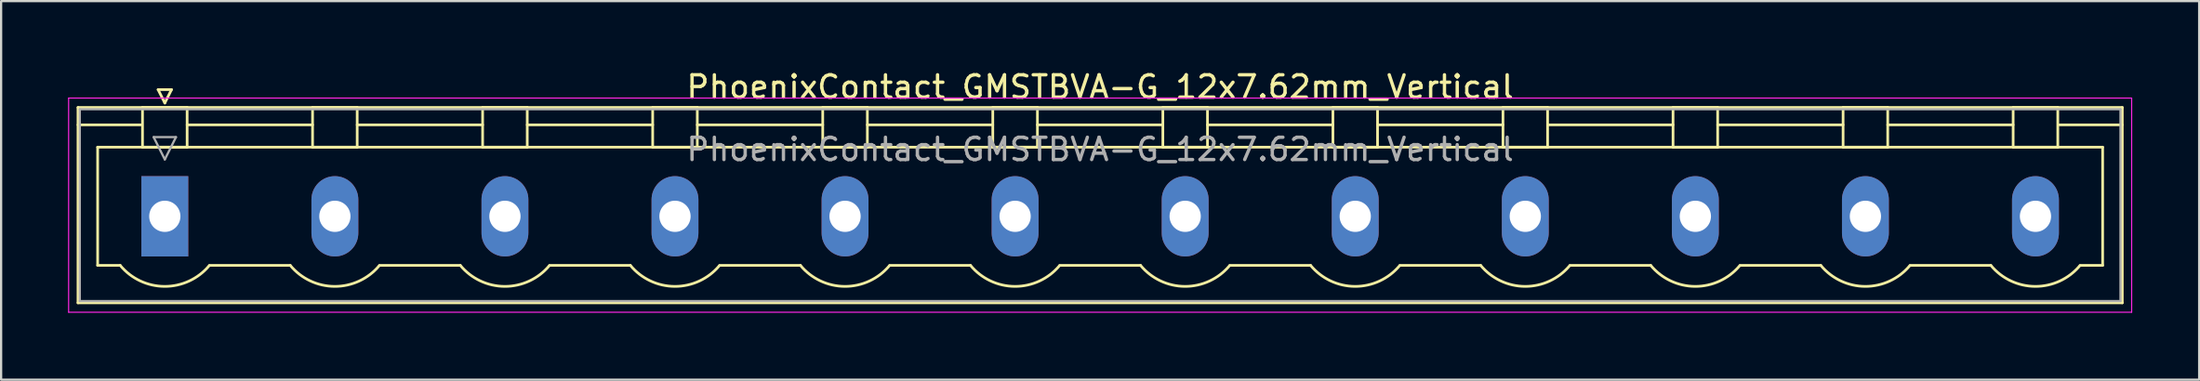
<source format=kicad_pcb>
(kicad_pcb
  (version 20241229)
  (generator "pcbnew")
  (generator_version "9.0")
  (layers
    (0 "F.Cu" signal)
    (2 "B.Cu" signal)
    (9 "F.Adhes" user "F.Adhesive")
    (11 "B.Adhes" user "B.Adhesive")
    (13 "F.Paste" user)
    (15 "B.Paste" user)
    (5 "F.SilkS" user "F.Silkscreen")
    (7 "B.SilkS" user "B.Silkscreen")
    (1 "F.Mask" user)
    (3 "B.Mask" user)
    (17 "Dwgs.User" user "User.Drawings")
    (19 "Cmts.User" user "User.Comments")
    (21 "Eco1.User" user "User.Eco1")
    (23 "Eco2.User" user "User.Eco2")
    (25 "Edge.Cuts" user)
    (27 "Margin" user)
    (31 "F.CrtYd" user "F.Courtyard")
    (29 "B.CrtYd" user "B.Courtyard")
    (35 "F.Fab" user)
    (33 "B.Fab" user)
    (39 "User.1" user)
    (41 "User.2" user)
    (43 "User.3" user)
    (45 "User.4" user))
  (footprint "PhoenixContact_GMSTBVA-G_12x7.62mm_Vertical"
    (layer "F.Cu")
    (at 4.335 6.648)
    (property "Reference" "PhoenixContact_GMSTBVA-G_12x7.62mm_Vertical" (at 41.91 -5.8 0) (layer "F.SilkS") (effects (font (size 1 1) (thickness 0.15))))
    (attr through_hole)
    (fp_line (start -3.89 -4.88) (end -3.89 3.88) (stroke (width 0.12) (type solid)) (layer "F.SilkS"))
    (fp_line (start -3.89 -4.1) (end -1.08 -4.1) (stroke (width 0.12) (type solid)) (layer "F.SilkS"))
    (fp_line (start -3.89 3.88) (end 87.71 3.88) (stroke (width 0.12) (type solid)) (layer "F.SilkS"))
    (fp_line (start -3.01 -3.1) (end 86.83 -3.1) (stroke (width 0.12) (type solid)) (layer "F.SilkS"))
    (fp_line (start -3.01 2.2) (end -3.01 -3.1) (stroke (width 0.12) (type solid)) (layer "F.SilkS"))
    (fp_line (start -2 2.2) (end -3.01 2.2) (stroke (width 0.12) (type solid)) (layer "F.SilkS"))
    (fp_line (start -1 -4.88) (end 1 -4.88) (stroke (width 0.12) (type solid)) (layer "F.SilkS"))
    (fp_line (start -1 -3.1) (end -1 -4.88) (stroke (width 0.12) (type solid)) (layer "F.SilkS"))
    (fp_line (start -0.3 -5.68) (end 0.3 -5.68) (stroke (width 0.12) (type solid)) (layer "F.SilkS"))
    (fp_line (start 0 -5.08) (end -0.3 -5.68) (stroke (width 0.12) (type solid)) (layer "F.SilkS"))
    (fp_line (start 0.3 -5.68) (end 0 -5.08) (stroke (width 0.12) (type solid)) (layer "F.SilkS"))
    (fp_line (start 1 -4.88) (end 1 -3.1) (stroke (width 0.12) (type solid)) (layer "F.SilkS"))
    (fp_line (start 1 -4.1) (end 6.62 -4.1) (stroke (width 0.12) (type solid)) (layer "F.SilkS"))
    (fp_line (start 1 -3.1) (end -1 -3.1) (stroke (width 0.12) (type solid)) (layer "F.SilkS"))
    (fp_line (start 2 2.2) (end 5.62 2.2) (stroke (width 0.12) (type solid)) (layer "F.SilkS"))
    (fp_line (start 6.62 -4.88) (end 8.62 -4.88) (stroke (width 0.12) (type solid)) (layer "F.SilkS"))
    (fp_line (start 6.62 -3.1) (end 6.62 -4.88) (stroke (width 0.12) (type solid)) (layer "F.SilkS"))
    (fp_line (start 8.62 -4.88) (end 8.62 -3.1) (stroke (width 0.12) (type solid)) (layer "F.SilkS"))
    (fp_line (start 8.62 -4.1) (end 14.24 -4.1) (stroke (width 0.12) (type solid)) (layer "F.SilkS"))
    (fp_line (start 8.62 -3.1) (end 6.62 -3.1) (stroke (width 0.12) (type solid)) (layer "F.SilkS"))
    (fp_line (start 9.62 2.2) (end 13.24 2.2) (stroke (width 0.12) (type solid)) (layer "F.SilkS"))
    (fp_line (start 14.24 -4.88) (end 16.24 -4.88) (stroke (width 0.12) (type solid)) (layer "F.SilkS"))
    (fp_line (start 14.24 -3.1) (end 14.24 -4.88) (stroke (width 0.12) (type solid)) (layer "F.SilkS"))
    (fp_line (start 16.24 -4.88) (end 16.24 -3.1) (stroke (width 0.12) (type solid)) (layer "F.SilkS"))
    (fp_line (start 16.24 -4.1) (end 21.86 -4.1) (stroke (width 0.12) (type solid)) (layer "F.SilkS"))
    (fp_line (start 16.24 -3.1) (end 14.24 -3.1) (stroke (width 0.12) (type solid)) (layer "F.SilkS"))
    (fp_line (start 17.24 2.2) (end 20.86 2.2) (stroke (width 0.12) (type solid)) (layer "F.SilkS"))
    (fp_line (start 21.86 -4.88) (end 23.86 -4.88) (stroke (width 0.12) (type solid)) (layer "F.SilkS"))
    (fp_line (start 21.86 -3.1) (end 21.86 -4.88) (stroke (width 0.12) (type solid)) (layer "F.SilkS"))
    (fp_line (start 23.86 -4.88) (end 23.86 -3.1) (stroke (width 0.12) (type solid)) (layer "F.SilkS"))
    (fp_line (start 23.86 -4.1) (end 29.48 -4.1) (stroke (width 0.12) (type solid)) (layer "F.SilkS"))
    (fp_line (start 23.86 -3.1) (end 21.86 -3.1) (stroke (width 0.12) (type solid)) (layer "F.SilkS"))
    (fp_line (start 24.86 2.2) (end 28.48 2.2) (stroke (width 0.12) (type solid)) (layer "F.SilkS"))
    (fp_line (start 29.48 -4.88) (end 31.48 -4.88) (stroke (width 0.12) (type solid)) (layer "F.SilkS"))
    (fp_line (start 29.48 -3.1) (end 29.48 -4.88) (stroke (width 0.12) (type solid)) (layer "F.SilkS"))
    (fp_line (start 31.48 -4.88) (end 31.48 -3.1) (stroke (width 0.12) (type solid)) (layer "F.SilkS"))
    (fp_line (start 31.48 -4.1) (end 37.1 -4.1) (stroke (width 0.12) (type solid)) (layer "F.SilkS"))
    (fp_line (start 31.48 -3.1) (end 29.48 -3.1) (stroke (width 0.12) (type solid)) (layer "F.SilkS"))
    (fp_line (start 32.48 2.2) (end 36.1 2.2) (stroke (width 0.12) (type solid)) (layer "F.SilkS"))
    (fp_line (start 37.1 -4.88) (end 39.1 -4.88) (stroke (width 0.12) (type solid)) (layer "F.SilkS"))
    (fp_line (start 37.1 -3.1) (end 37.1 -4.88) (stroke (width 0.12) (type solid)) (layer "F.SilkS"))
    (fp_line (start 39.1 -4.88) (end 39.1 -3.1) (stroke (width 0.12) (type solid)) (layer "F.SilkS"))
    (fp_line (start 39.1 -4.1) (end 44.72 -4.1) (stroke (width 0.12) (type solid)) (layer "F.SilkS"))
    (fp_line (start 39.1 -3.1) (end 37.1 -3.1) (stroke (width 0.12) (type solid)) (layer "F.SilkS"))
    (fp_line (start 40.1 2.2) (end 43.72 2.2) (stroke (width 0.12) (type solid)) (layer "F.SilkS"))
    (fp_line (start 44.72 -4.88) (end 46.72 -4.88) (stroke (width 0.12) (type solid)) (layer "F.SilkS"))
    (fp_line (start 44.72 -3.1) (end 44.72 -4.88) (stroke (width 0.12) (type solid)) (layer "F.SilkS"))
    (fp_line (start 46.72 -4.88) (end 46.72 -3.1) (stroke (width 0.12) (type solid)) (layer "F.SilkS"))
    (fp_line (start 46.72 -4.1) (end 52.34 -4.1) (stroke (width 0.12) (type solid)) (layer "F.SilkS"))
    (fp_line (start 46.72 -3.1) (end 44.72 -3.1) (stroke (width 0.12) (type solid)) (layer "F.SilkS"))
    (fp_line (start 47.72 2.2) (end 51.34 2.2) (stroke (width 0.12) (type solid)) (layer "F.SilkS"))
    (fp_line (start 52.34 -4.88) (end 54.34 -4.88) (stroke (width 0.12) (type solid)) (layer "F.SilkS"))
    (fp_line (start 52.34 -3.1) (end 52.34 -4.88) (stroke (width 0.12) (type solid)) (layer "F.SilkS"))
    (fp_line (start 54.34 -4.88) (end 54.34 -3.1) (stroke (width 0.12) (type solid)) (layer "F.SilkS"))
    (fp_line (start 54.34 -4.1) (end 59.96 -4.1) (stroke (width 0.12) (type solid)) (layer "F.SilkS"))
    (fp_line (start 54.34 -3.1) (end 52.34 -3.1) (stroke (width 0.12) (type solid)) (layer "F.SilkS"))
    (fp_line (start 55.34 2.2) (end 58.96 2.2) (stroke (width 0.12) (type solid)) (layer "F.SilkS"))
    (fp_line (start 59.96 -4.88) (end 61.96 -4.88) (stroke (width 0.12) (type solid)) (layer "F.SilkS"))
    (fp_line (start 59.96 -3.1) (end 59.96 -4.88) (stroke (width 0.12) (type solid)) (layer "F.SilkS"))
    (fp_line (start 61.96 -4.88) (end 61.96 -3.1) (stroke (width 0.12) (type solid)) (layer "F.SilkS"))
    (fp_line (start 61.96 -4.1) (end 67.58 -4.1) (stroke (width 0.12) (type solid)) (layer "F.SilkS"))
    (fp_line (start 61.96 -3.1) (end 59.96 -3.1) (stroke (width 0.12) (type solid)) (layer "F.SilkS"))
    (fp_line (start 62.96 2.2) (end 66.58 2.2) (stroke (width 0.12) (type solid)) (layer "F.SilkS"))
    (fp_line (start 67.58 -4.88) (end 69.58 -4.88) (stroke (width 0.12) (type solid)) (layer "F.SilkS"))
    (fp_line (start 67.58 -3.1) (end 67.58 -4.88) (stroke (width 0.12) (type solid)) (layer "F.SilkS"))
    (fp_line (start 69.58 -4.88) (end 69.58 -3.1) (stroke (width 0.12) (type solid)) (layer "F.SilkS"))
    (fp_line (start 69.58 -4.1) (end 75.2 -4.1) (stroke (width 0.12) (type solid)) (layer "F.SilkS"))
    (fp_line (start 69.58 -3.1) (end 67.58 -3.1) (stroke (width 0.12) (type solid)) (layer "F.SilkS"))
    (fp_line (start 70.58 2.2) (end 74.2 2.2) (stroke (width 0.12) (type solid)) (layer "F.SilkS"))
    (fp_line (start 75.2 -4.88) (end 77.2 -4.88) (stroke (width 0.12) (type solid)) (layer "F.SilkS"))
    (fp_line (start 75.2 -3.1) (end 75.2 -4.88) (stroke (width 0.12) (type solid)) (layer "F.SilkS"))
    (fp_line (start 77.2 -4.88) (end 77.2 -3.1) (stroke (width 0.12) (type solid)) (layer "F.SilkS"))
    (fp_line (start 77.2 -4.1) (end 82.82 -4.1) (stroke (width 0.12) (type solid)) (layer "F.SilkS"))
    (fp_line (start 77.2 -3.1) (end 75.2 -3.1) (stroke (width 0.12) (type solid)) (layer "F.SilkS"))
    (fp_line (start 78.2 2.2) (end 81.82 2.2) (stroke (width 0.12) (type solid)) (layer "F.SilkS"))
    (fp_line (start 82.82 -4.88) (end 84.82 -4.88) (stroke (width 0.12) (type solid)) (layer "F.SilkS"))
    (fp_line (start 82.82 -3.1) (end 82.82 -4.88) (stroke (width 0.12) (type solid)) (layer "F.SilkS"))
    (fp_line (start 84.82 -4.88) (end 84.82 -3.1) (stroke (width 0.12) (type solid)) (layer "F.SilkS"))
    (fp_line (start 84.82 -3.1) (end 82.82 -3.1) (stroke (width 0.12) (type solid)) (layer "F.SilkS"))
    (fp_line (start 86.83 -3.1) (end 86.83 2.2) (stroke (width 0.12) (type solid)) (layer "F.SilkS"))
    (fp_line (start 86.83 2.2) (end 85.82 2.2) (stroke (width 0.12) (type solid)) (layer "F.SilkS"))
    (fp_line (start 87.71 -4.88) (end -3.89 -4.88) (stroke (width 0.12) (type solid)) (layer "F.SilkS"))
    (fp_line (start 87.71 -4.1) (end 84.9 -4.1) (stroke (width 0.12) (type solid)) (layer "F.SilkS"))
    (fp_line (start 87.71 3.88) (end 87.71 -4.88) (stroke (width 0.12) (type solid)) (layer "F.SilkS"))
    (fp_arc (start 1.986842 2.215821) (mid -0.010289 3.142758) (end -2 2.2) (stroke (width 0.12) (type solid)) (layer "F.SilkS"))
    (fp_arc (start 9.606842 2.215821) (mid 7.609711 3.142758) (end 5.62 2.2) (stroke (width 0.12) (type solid)) (layer "F.SilkS"))
    (fp_arc (start 17.226842 2.215821) (mid 15.229711 3.142758) (end 13.24 2.2) (stroke (width 0.12) (type solid)) (layer "F.SilkS"))
    (fp_arc (start 24.846842 2.215821) (mid 22.849711 3.142758) (end 20.86 2.2) (stroke (width 0.12) (type solid)) (layer "F.SilkS"))
    (fp_arc (start 32.466842 2.215821) (mid 30.469711 3.142758) (end 28.48 2.2) (stroke (width 0.12) (type solid)) (layer "F.SilkS"))
    (fp_arc (start 40.086842 2.215821) (mid 38.089711 3.142758) (end 36.1 2.2) (stroke (width 0.12) (type solid)) (layer "F.SilkS"))
    (fp_arc (start 47.706842 2.215821) (mid 45.709711 3.142758) (end 43.72 2.2) (stroke (width 0.12) (type solid)) (layer "F.SilkS"))
    (fp_arc (start 55.326842 2.215821) (mid 53.329711 3.142758) (end 51.34 2.2) (stroke (width 0.12) (type solid)) (layer "F.SilkS"))
    (fp_arc (start 62.946842 2.215821) (mid 60.949711 3.142758) (end 58.96 2.2) (stroke (width 0.12) (type solid)) (layer "F.SilkS"))
    (fp_arc (start 70.566842 2.215821) (mid 68.569711 3.142758) (end 66.58 2.2) (stroke (width 0.12) (type solid)) (layer "F.SilkS"))
    (fp_arc (start 78.186842 2.215821) (mid 76.189711 3.142758) (end 74.2 2.2) (stroke (width 0.12) (type solid)) (layer "F.SilkS"))
    (fp_arc (start 85.806842 2.215821) (mid 83.809711 3.142758) (end 81.82 2.2) (stroke (width 0.12) (type solid)) (layer "F.SilkS"))
    (fp_line (start -4.31 -5.3) (end -4.31 4.3) (stroke (width 0.05) (type solid)) (layer "F.CrtYd"))
    (fp_line (start -4.31 4.3) (end 88.13 4.3) (stroke (width 0.05) (type solid)) (layer "F.CrtYd"))
    (fp_line (start 88.13 -5.3) (end -4.31 -5.3) (stroke (width 0.05) (type solid)) (layer "F.CrtYd"))
    (fp_line (start 88.13 4.3) (end 88.13 -5.3) (stroke (width 0.05) (type solid)) (layer "F.CrtYd"))
    (fp_line (start -3.81 -4.8) (end -3.81 3.8) (stroke (width 0.1) (type solid)) (layer "F.Fab"))
    (fp_line (start -3.81 3.8) (end 87.63 3.8) (stroke (width 0.1) (type solid)) (layer "F.Fab"))
    (fp_line (start -0.5 -3.55) (end 0.5 -3.55) (stroke (width 0.1) (type solid)) (layer "F.Fab"))
    (fp_line (start 0 -2.55) (end -0.5 -3.55) (stroke (width 0.1) (type solid)) (layer "F.Fab"))
    (fp_line (start 0.5 -3.55) (end 0 -2.55) (stroke (width 0.1) (type solid)) (layer "F.Fab"))
    (fp_line (start 87.63 -4.8) (end -3.81 -4.8) (stroke (width 0.1) (type solid)) (layer "F.Fab"))
    (fp_line (start 87.63 3.8) (end 87.63 -4.8) (stroke (width 0.1) (type solid)) (layer "F.Fab"))
    (fp_text user "${REFERENCE}" (at 41.91 -3 0) (layer "F.Fab") (effects (font (size 1 1) (thickness 0.15))))
    (pad "1" thru_hole rect (at 0 0) (size 2.1 3.6) (drill 1.4) (layers "*.Cu" "*.Mask"))
    (pad "2" thru_hole oval (at 7.62 0) (size 2.1 3.6) (drill 1.4) (layers "*.Cu" "*.Mask"))
    (pad "3" thru_hole oval (at 15.24 0) (size 2.1 3.6) (drill 1.4) (layers "*.Cu" "*.Mask"))
    (pad "4" thru_hole oval (at 22.86 0) (size 2.1 3.6) (drill 1.4) (layers "*.Cu" "*.Mask"))
    (pad "5" thru_hole oval (at 30.48 0) (size 2.1 3.6) (drill 1.4) (layers "*.Cu" "*.Mask"))
    (pad "6" thru_hole oval (at 38.1 0) (size 2.1 3.6) (drill 1.4) (layers "*.Cu" "*.Mask"))
    (pad "7" thru_hole oval (at 45.72 0) (size 2.1 3.6) (drill 1.4) (layers "*.Cu" "*.Mask"))
    (pad "8" thru_hole oval (at 53.34 0) (size 2.1 3.6) (drill 1.4) (layers "*.Cu" "*.Mask"))
    (pad "9" thru_hole oval (at 60.96 0) (size 2.1 3.6) (drill 1.4) (layers "*.Cu" "*.Mask"))
    (pad "10" thru_hole oval (at 68.58 0) (size 2.1 3.6) (drill 1.4) (layers "*.Cu" "*.Mask"))
    (pad "11" thru_hole oval (at 76.2 0) (size 2.1 3.6) (drill 1.4) (layers "*.Cu" "*.Mask"))
    (pad "12" thru_hole oval (at 83.82 0) (size 2.1 3.6) (drill 1.4) (layers "*.Cu" "*.Mask")))
  (gr_rect
    (start -3 -3)
    (end 95.49 13.973)
    (stroke (width 0.1) (type default))
    (fill no)
    (layer "Edge.Cuts")))
</source>
